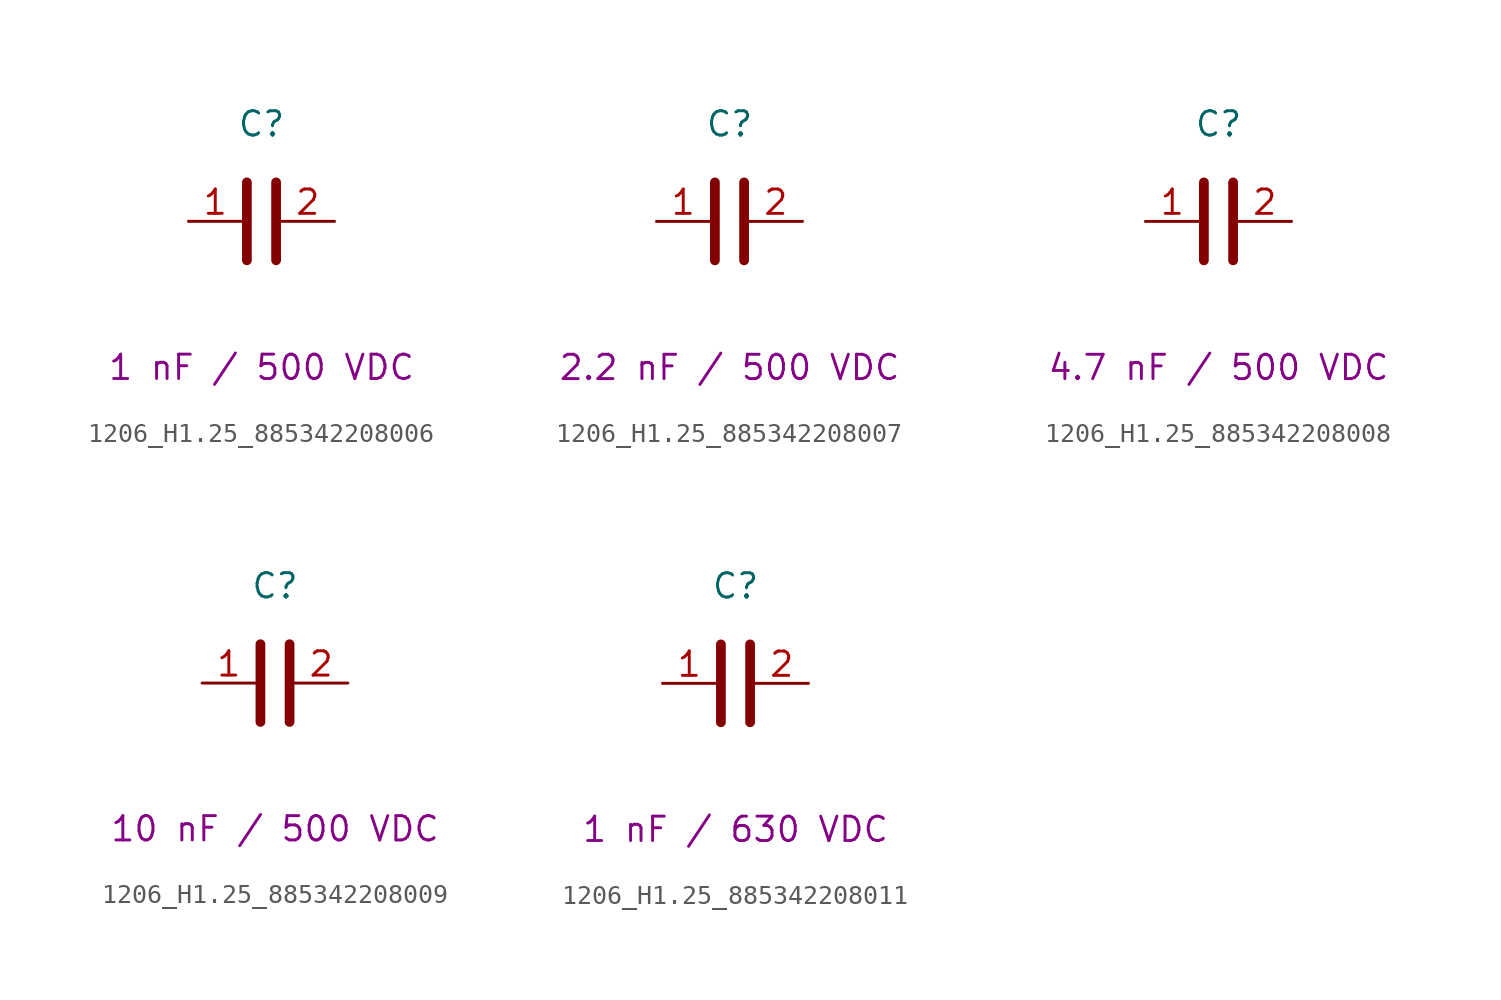
<source format=kicad_sym>
(kicad_symbol_lib
  (version 20220914)
  (generator kicad_symbol_editor)
  (symbol "1206_H1.25_885342208006"
    (pin_names hide)
    (property "Reference" "C"
      (at 0 5.08 0)
      (effects (font (size 1.27 1.27))))
    (property "Critical Parameter" "1 nF / 500 VDC"
      (at 0 -7.62 0)
      (effects (font (size 1.27 1.27))))
    (symbol "1206_H1.25_885342208006_0_1"
      (polyline (pts (xy -0.762 -2.032) (xy -0.762 2.032)) (stroke (width 0.508) (type default)) (fill (type none)))
      (polyline (pts (xy 0.762 -2.032) (xy 0.762 2.032)) (stroke (width 0.508) (type default)) (fill (type none))))
    (symbol "1206_H1.25_885342208006_1_1"
      (pin passive line (at -3.81 0 0) (length 2.794) (name "1" (effects (font (size 1.27 1.27)))) (number "1" (effects (font (size 1.27 1.27)))))
      (pin passive line (at 3.81 0 180) (length 2.794) (name "2" (effects (font (size 1.27 1.27)))) (number "2" (effects (font (size 1.27 1.27)))))))
  (symbol "1206_H1.25_885342208007"
    (pin_names hide)
    (property "Reference" "C"
      (at 0 5.08 0)
      (effects (font (size 1.27 1.27))))
    (property "Critical Parameter" "2.2 nF / 500 VDC"
      (at 0 -7.62 0)
      (effects (font (size 1.27 1.27))))
    (symbol "1206_H1.25_885342208007_0_1"
      (polyline (pts (xy -0.762 -2.032) (xy -0.762 2.032)) (stroke (width 0.508) (type default)) (fill (type none)))
      (polyline (pts (xy 0.762 -2.032) (xy 0.762 2.032)) (stroke (width 0.508) (type default)) (fill (type none))))
    (symbol "1206_H1.25_885342208007_1_1"
      (pin passive line (at -3.81 0 0) (length 2.794) (name "1" (effects (font (size 1.27 1.27)))) (number "1" (effects (font (size 1.27 1.27)))))
      (pin passive line (at 3.81 0 180) (length 2.794) (name "2" (effects (font (size 1.27 1.27)))) (number "2" (effects (font (size 1.27 1.27)))))))
  (symbol "1206_H1.25_885342208008"
    (pin_names hide)
    (property "Reference" "C"
      (at 0 5.08 0)
      (effects (font (size 1.27 1.27))))
    (property "Critical Parameter" "4.7 nF / 500 VDC"
      (at 0 -7.62 0)
      (effects (font (size 1.27 1.27))))
    (symbol "1206_H1.25_885342208008_0_1"
      (polyline (pts (xy -0.762 -2.032) (xy -0.762 2.032)) (stroke (width 0.508) (type default)) (fill (type none)))
      (polyline (pts (xy 0.762 -2.032) (xy 0.762 2.032)) (stroke (width 0.508) (type default)) (fill (type none))))
    (symbol "1206_H1.25_885342208008_1_1"
      (pin passive line (at -3.81 0 0) (length 2.794) (name "1" (effects (font (size 1.27 1.27)))) (number "1" (effects (font (size 1.27 1.27)))))
      (pin passive line (at 3.81 0 180) (length 2.794) (name "2" (effects (font (size 1.27 1.27)))) (number "2" (effects (font (size 1.27 1.27)))))))
  (symbol "1206_H1.25_885342208009"
    (pin_names hide)
    (property "Reference" "C"
      (at 0 5.08 0)
      (effects (font (size 1.27 1.27))))
    (property "Critical Parameter" "10 nF / 500 VDC"
      (at 0 -7.62 0)
      (effects (font (size 1.27 1.27))))
    (symbol "1206_H1.25_885342208009_0_1"
      (polyline (pts (xy -0.762 -2.032) (xy -0.762 2.032)) (stroke (width 0.508) (type default)) (fill (type none)))
      (polyline (pts (xy 0.762 -2.032) (xy 0.762 2.032)) (stroke (width 0.508) (type default)) (fill (type none))))
    (symbol "1206_H1.25_885342208009_1_1"
      (pin passive line (at -3.81 0 0) (length 2.794) (name "1" (effects (font (size 1.27 1.27)))) (number "1" (effects (font (size 1.27 1.27)))))
      (pin passive line (at 3.81 0 180) (length 2.794) (name "2" (effects (font (size 1.27 1.27)))) (number "2" (effects (font (size 1.27 1.27)))))))
  (symbol "1206_H1.25_885342208011"
    (pin_names hide)
    (property "Reference" "C"
      (at 0 5.08 0)
      (effects (font (size 1.27 1.27))))
    (property "Critical Parameter" "1 nF / 630 VDC"
      (at 0 -7.62 0)
      (effects (font (size 1.27 1.27))))
    (symbol "1206_H1.25_885342208011_0_1"
      (polyline (pts (xy -0.762 -2.032) (xy -0.762 2.032)) (stroke (width 0.508) (type default)) (fill (type none)))
      (polyline (pts (xy 0.762 -2.032) (xy 0.762 2.032)) (stroke (width 0.508) (type default)) (fill (type none))))
    (symbol "1206_H1.25_885342208011_1_1"
      (pin passive line (at -3.81 0 0) (length 2.794) (name "1" (effects (font (size 1.27 1.27)))) (number "1" (effects (font (size 1.27 1.27)))))
      (pin passive line (at 3.81 0 180) (length 2.794) (name "2" (effects (font (size 1.27 1.27)))) (number "2" (effects (font (size 1.27 1.27))))))))
</source>
